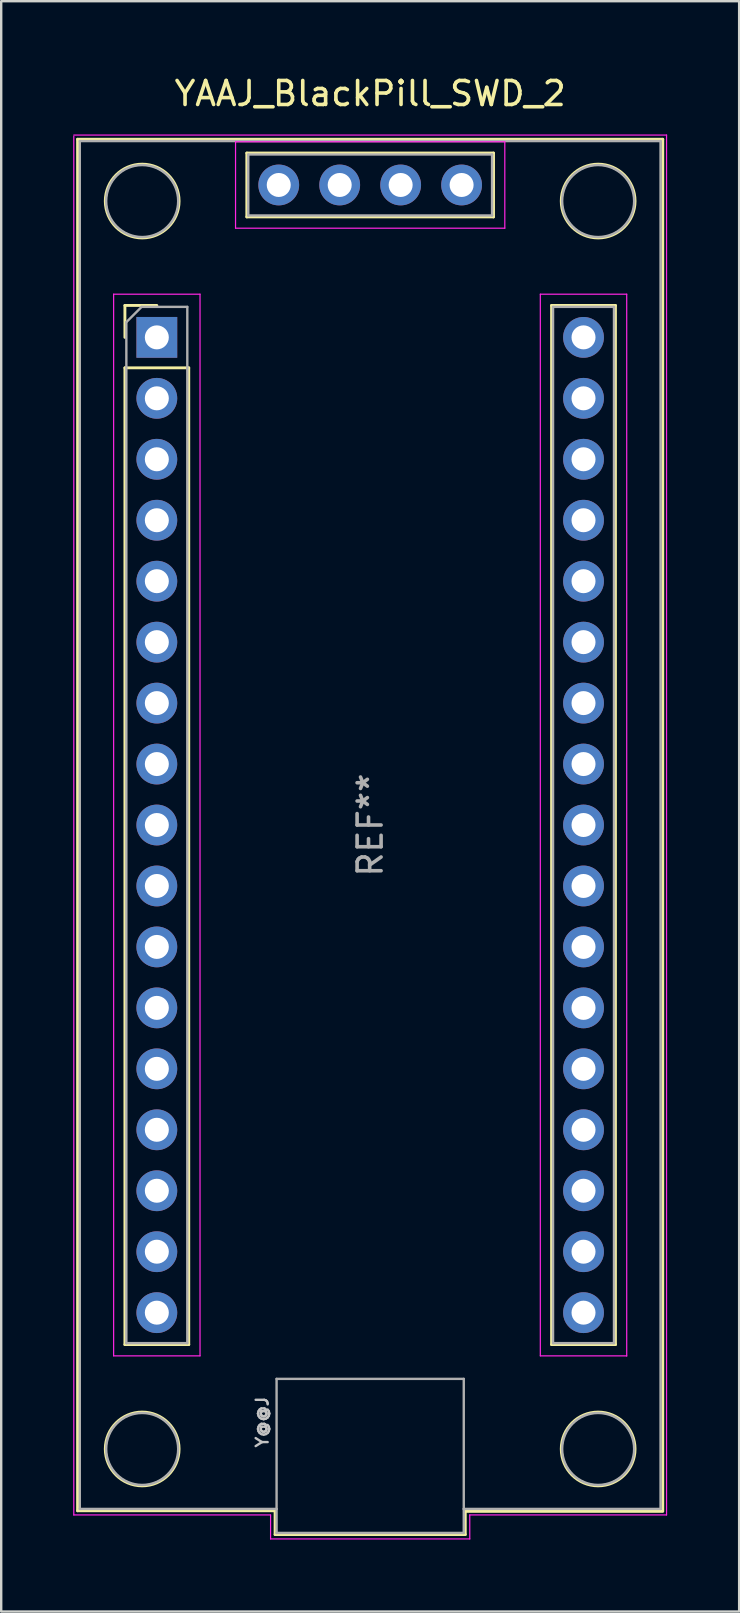
<source format=kicad_pcb>
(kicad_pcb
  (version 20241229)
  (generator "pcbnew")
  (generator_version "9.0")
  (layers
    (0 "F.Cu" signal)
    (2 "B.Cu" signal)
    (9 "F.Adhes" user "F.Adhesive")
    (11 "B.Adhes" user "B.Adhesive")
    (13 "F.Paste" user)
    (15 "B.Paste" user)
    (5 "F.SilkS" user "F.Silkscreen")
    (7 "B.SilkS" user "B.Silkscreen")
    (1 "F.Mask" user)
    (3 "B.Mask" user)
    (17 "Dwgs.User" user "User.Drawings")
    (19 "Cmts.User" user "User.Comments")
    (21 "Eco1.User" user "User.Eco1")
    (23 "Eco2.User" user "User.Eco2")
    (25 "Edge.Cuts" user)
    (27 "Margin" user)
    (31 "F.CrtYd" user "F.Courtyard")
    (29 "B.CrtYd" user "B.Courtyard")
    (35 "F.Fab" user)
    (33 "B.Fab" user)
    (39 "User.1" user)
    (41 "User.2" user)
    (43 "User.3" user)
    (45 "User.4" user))
  (footprint "YAAJ_BlackPill_SWD_2"
    (layer "F.Cu")
    (at 3.485 11.008)
    (property "Reference" "YAAJ_BlackPill_SWD_2" (at 8.89 -10.16 0) (layer "F.SilkS") (effects (font (size 1 1) (thickness 0.15))))
    (attr through_hole)
    (fp_line (start -3.302 -8.255) (end 21.082 -8.255) (stroke (width 0.12) (type solid)) (layer "F.SilkS"))
    (fp_line (start -3.302 48.895) (end -3.302 -8.255) (stroke (width 0.12) (type solid)) (layer "F.SilkS"))
    (fp_line (start -3.302 48.895) (end 4.928 48.895) (stroke (width 0.12) (type solid)) (layer "F.SilkS"))
    (fp_line (start -1.33 -1.33) (end -1.33 0) (stroke (width 0.12) (type solid)) (layer "F.SilkS"))
    (fp_line (start -1.33 -1.33) (end 0 -1.33) (stroke (width 0.12) (type solid)) (layer "F.SilkS"))
    (fp_line (start -1.33 1.27) (end -1.33 41.97) (stroke (width 0.12) (type solid)) (layer "F.SilkS"))
    (fp_line (start -1.33 1.27) (end 1.33 1.27) (stroke (width 0.12) (type solid)) (layer "F.SilkS"))
    (fp_line (start 1.33 1.27) (end 1.33 41.97) (stroke (width 0.12) (type solid)) (layer "F.SilkS"))
    (fp_line (start 1.33 41.97) (end -1.33 41.97) (stroke (width 0.12) (type solid)) (layer "F.SilkS"))
    (fp_line (start 3.75 -7.68) (end 3.75 -5.02) (stroke (width 0.12) (type solid)) (layer "F.SilkS"))
    (fp_line (start 3.75 -5.02) (end 14.03 -5.02) (stroke (width 0.12) (type solid)) (layer "F.SilkS"))
    (fp_line (start 4.928 48.895) (end 4.928 49.886) (stroke (width 0.12) (type solid)) (layer "F.SilkS"))
    (fp_line (start 4.928 49.886) (end 12.852 49.886) (stroke (width 0.12) (type solid)) (layer "F.SilkS"))
    (fp_line (start 12.852 48.92) (end 21.082 48.92) (stroke (width 0.12) (type solid)) (layer "F.SilkS"))
    (fp_line (start 12.852 49.886) (end 12.852 48.92) (stroke (width 0.12) (type solid)) (layer "F.SilkS"))
    (fp_line (start 14.03 -7.68) (end 3.75 -7.68) (stroke (width 0.12) (type solid)) (layer "F.SilkS"))
    (fp_line (start 14.03 -5.02) (end 14.03 -7.68) (stroke (width 0.12) (type solid)) (layer "F.SilkS"))
    (fp_line (start 16.45 -1.33) (end 16.45 41.97) (stroke (width 0.12) (type solid)) (layer "F.SilkS"))
    (fp_line (start 16.45 -1.33) (end 19.11 -1.33) (stroke (width 0.12) (type solid)) (layer "F.SilkS"))
    (fp_line (start 16.45 41.97) (end 19.11 41.97) (stroke (width 0.12) (type solid)) (layer "F.SilkS"))
    (fp_line (start 19.11 -1.33) (end 19.11 41.97) (stroke (width 0.12) (type solid)) (layer "F.SilkS"))
    (fp_line (start 21.082 -8.255) (end 21.082 48.895) (stroke (width 0.12) (type solid)) (layer "F.SilkS"))
    (fp_circle (center -0.61 -5.68) (end 0.927 -5.68) (stroke (width 0.12) (type solid)) (fill no) (layer "F.SilkS"))
    (fp_circle (center -0.61 46.32) (end 0.927 46.32) (stroke (width 0.12) (type solid)) (fill no) (layer "F.SilkS"))
    (fp_circle (center 18.39 -5.68) (end 19.927 -5.68) (stroke (width 0.12) (type solid)) (fill no) (layer "F.SilkS"))
    (fp_circle (center 18.39 46.32) (end 19.927 46.32) (stroke (width 0.12) (type solid)) (fill no) (layer "F.SilkS"))
    (fp_line (start -3.46 -8.43) (end 21.24 -8.43) (stroke (width 0.05) (type solid)) (layer "F.CrtYd"))
    (fp_line (start -3.46 49.07) (end -3.46 -8.382) (stroke (width 0.05) (type solid)) (layer "F.CrtYd"))
    (fp_line (start -1.8 -1.8) (end 1.8 -1.8) (stroke (width 0.05) (type solid)) (layer "F.CrtYd"))
    (fp_line (start -1.8 42.44) (end -1.8 -1.8) (stroke (width 0.05) (type solid)) (layer "F.CrtYd"))
    (fp_line (start 1.8 -1.8) (end 1.8 42.44) (stroke (width 0.05) (type solid)) (layer "F.CrtYd"))
    (fp_line (start 1.8 42.44) (end -1.8 42.44) (stroke (width 0.05) (type solid)) (layer "F.CrtYd"))
    (fp_line (start 3.28 -8.15) (end 14.5 -8.15) (stroke (width 0.05) (type solid)) (layer "F.CrtYd"))
    (fp_line (start 3.28 -4.55) (end 3.28 -8.15) (stroke (width 0.05) (type solid)) (layer "F.CrtYd"))
    (fp_line (start 4.74 49.07) (end -3.46 49.07) (stroke (width 0.05) (type solid)) (layer "F.CrtYd"))
    (fp_line (start 4.74 50.07) (end 4.74 49.07) (stroke (width 0.05) (type solid)) (layer "F.CrtYd"))
    (fp_line (start 13.04 49.07) (end 13.04 50.07) (stroke (width 0.05) (type solid)) (layer "F.CrtYd"))
    (fp_line (start 13.04 50.07) (end 4.74 50.07) (stroke (width 0.05) (type solid)) (layer "F.CrtYd"))
    (fp_line (start 14.5 -8.15) (end 14.5 -4.55) (stroke (width 0.05) (type solid)) (layer "F.CrtYd"))
    (fp_line (start 14.5 -4.55) (end 3.28 -4.55) (stroke (width 0.05) (type solid)) (layer "F.CrtYd"))
    (fp_line (start 15.98 -1.8) (end 19.58 -1.8) (stroke (width 0.05) (type solid)) (layer "F.CrtYd"))
    (fp_line (start 15.98 42.44) (end 15.98 -1.8) (stroke (width 0.05) (type solid)) (layer "F.CrtYd"))
    (fp_line (start 19.58 -1.8) (end 19.58 42.45) (stroke (width 0.05) (type solid)) (layer "F.CrtYd"))
    (fp_line (start 19.58 42.44) (end 15.98 42.44) (stroke (width 0.05) (type solid)) (layer "F.CrtYd"))
    (fp_line (start 21.24 -8.43) (end 21.24 49.07) (stroke (width 0.05) (type solid)) (layer "F.CrtYd"))
    (fp_line (start 21.24 49.07) (end 13.04 49.07) (stroke (width 0.05) (type solid)) (layer "F.CrtYd"))
    (fp_line (start -3.21 -8.18) (end -3.21 48.82) (stroke (width 0.1) (type solid)) (layer "F.Fab"))
    (fp_line (start -3.21 -8.18) (end 20.99 -8.18) (stroke (width 0.1) (type solid)) (layer "F.Fab"))
    (fp_line (start -3.21 48.82) (end 4.99 48.82) (stroke (width 0.1) (type solid)) (layer "F.Fab"))
    (fp_line (start -1.27 41.91) (end -1.27 -0.635) (stroke (width 0.1) (type solid)) (layer "F.Fab"))
    (fp_line (start -1.27 41.91) (end 1.27 41.91) (stroke (width 0.1) (type solid)) (layer "F.Fab"))
    (fp_line (start -0.635 -1.27) (end -1.27 -0.635) (stroke (width 0.1) (type solid)) (layer "F.Fab"))
    (fp_line (start -0.635 -1.27) (end 1.27 -1.27) (stroke (width 0.1) (type solid)) (layer "F.Fab"))
    (fp_line (start 1.27 -1.27) (end 1.27 41.91) (stroke (width 0.1) (type solid)) (layer "F.Fab"))
    (fp_line (start 3.81 -7.62) (end 13.97 -7.62) (stroke (width 0.1) (type solid)) (layer "F.Fab"))
    (fp_line (start 3.81 -5.08) (end 3.81 -7.62) (stroke (width 0.1) (type solid)) (layer "F.Fab"))
    (fp_line (start 4.99 43.4) (end 4.99 48.82) (stroke (width 0.1) (type solid)) (layer "F.Fab"))
    (fp_line (start 4.99 48.82) (end 4.99 49.82) (stroke (width 0.1) (type solid)) (layer "F.Fab"))
    (fp_line (start 4.99 49.82) (end 12.79 49.82) (stroke (width 0.1) (type solid)) (layer "F.Fab"))
    (fp_line (start 12.79 43.4) (end 4.99 43.4) (stroke (width 0.1) (type solid)) (layer "F.Fab"))
    (fp_line (start 12.79 48.82) (end 12.79 43.4) (stroke (width 0.1) (type solid)) (layer "F.Fab"))
    (fp_line (start 12.79 48.82) (end 20.99 48.82) (stroke (width 0.1) (type solid)) (layer "F.Fab"))
    (fp_line (start 12.79 49.82) (end 12.79 48.82) (stroke (width 0.1) (type solid)) (layer "F.Fab"))
    (fp_line (start 13.97 -7.62) (end 13.97 -5.08) (stroke (width 0.1) (type solid)) (layer "F.Fab"))
    (fp_line (start 13.97 -5.08) (end 3.81 -5.08) (stroke (width 0.1) (type solid)) (layer "F.Fab"))
    (fp_line (start 16.51 -1.27) (end 19.05 -1.27) (stroke (width 0.1) (type solid)) (layer "F.Fab"))
    (fp_line (start 16.51 41.91) (end 16.51 -1.27) (stroke (width 0.1) (type solid)) (layer "F.Fab"))
    (fp_line (start 19.05 -1.27) (end 19.05 41.91) (stroke (width 0.1) (type solid)) (layer "F.Fab"))
    (fp_line (start 19.05 41.91) (end 16.51 41.91) (stroke (width 0.1) (type solid)) (layer "F.Fab"))
    (fp_line (start 20.99 48.82) (end 20.99 -8.18) (stroke (width 0.1) (type solid)) (layer "F.Fab"))
    (fp_circle (center -0.61 -5.68) (end 0.89 -5.68) (stroke (width 0.1) (type solid)) (fill no) (layer "F.Fab"))
    (fp_circle (center -0.61 46.32) (end 0.89 46.32) (stroke (width 0.1) (type solid)) (fill no) (layer "F.Fab"))
    (fp_circle (center 18.39 -5.68) (end 19.89 -5.68) (stroke (width 0.1) (type solid)) (fill no) (layer "F.Fab"))
    (fp_circle (center 18.39 46.32) (end 19.89 46.32) (stroke (width 0.1) (type solid)) (fill no) (layer "F.Fab"))
    (fp_text user "Y@@J" (at 4.392 45.2 270) (layer "Dwgs.User") (effects (font (size 0.5 0.5) (thickness 0.1))))
    (fp_text user "REF**" (at 8.89 20.32 90) (layer "F.Fab") (effects (font (size 1 1) (thickness 0.15))))
    (pad "1" thru_hole rect (at 0 0) (size 1.7 1.7) (drill 1) (layers "*.Cu" "*.Mask"))
    (pad "2" thru_hole circle (at 0 2.54) (size 1.7 1.7) (drill 1) (layers "*.Cu" "*.Mask"))
    (pad "3" thru_hole circle (at 0 5.08) (size 1.7 1.7) (drill 1) (layers "*.Cu" "*.Mask"))
    (pad "4" thru_hole circle (at 0 7.62) (size 1.7 1.7) (drill 1) (layers "*.Cu" "*.Mask"))
    (pad "5" thru_hole circle (at 0 10.16) (size 1.7 1.7) (drill 1) (layers "*.Cu" "*.Mask"))
    (pad "6" thru_hole circle (at 0 12.7) (size 1.7 1.7) (drill 1) (layers "*.Cu" "*.Mask"))
    (pad "7" thru_hole circle (at 0 15.24) (size 1.7 1.7) (drill 1) (layers "*.Cu" "*.Mask"))
    (pad "8" thru_hole circle (at 0 17.78) (size 1.7 1.7) (drill 1) (layers "*.Cu" "*.Mask"))
    (pad "9" thru_hole circle (at 0 20.32) (size 1.7 1.7) (drill 1) (layers "*.Cu" "*.Mask"))
    (pad "10" thru_hole circle (at 0 22.86) (size 1.7 1.7) (drill 1) (layers "*.Cu" "*.Mask"))
    (pad "11" thru_hole circle (at 0 25.4) (size 1.7 1.7) (drill 1) (layers "*.Cu" "*.Mask"))
    (pad "12" thru_hole circle (at 0 27.94) (size 1.7 1.7) (drill 1) (layers "*.Cu" "*.Mask"))
    (pad "13" thru_hole circle (at 0 30.48) (size 1.7 1.7) (drill 1) (layers "*.Cu" "*.Mask"))
    (pad "14" thru_hole circle (at 0 33.02) (size 1.7 1.7) (drill 1) (layers "*.Cu" "*.Mask"))
    (pad "15" thru_hole circle (at 0 35.56) (size 1.7 1.7) (drill 1) (layers "*.Cu" "*.Mask"))
    (pad "16" thru_hole circle (at 0 38.1) (size 1.7 1.7) (drill 1) (layers "*.Cu" "*.Mask"))
    (pad "17" thru_hole circle (at 0 40.64) (size 1.7 1.7) (drill 1) (layers "*.Cu" "*.Mask"))
    (pad "18" thru_hole circle (at 17.78 40.64) (size 1.7 1.7) (drill 1) (layers "*.Cu" "*.Mask"))
    (pad "19" thru_hole circle (at 17.78 38.1) (size 1.7 1.7) (drill 1) (layers "*.Cu" "*.Mask"))
    (pad "20" thru_hole circle (at 17.78 35.56) (size 1.7 1.7) (drill 1) (layers "*.Cu" "*.Mask"))
    (pad "21" thru_hole circle (at 17.78 33.02) (size 1.7 1.7) (drill 1) (layers "*.Cu" "*.Mask"))
    (pad "22" thru_hole circle (at 17.78 30.48) (size 1.7 1.7) (drill 1) (layers "*.Cu" "*.Mask"))
    (pad "23" thru_hole circle (at 17.78 27.94) (size 1.7 1.7) (drill 1) (layers "*.Cu" "*.Mask"))
    (pad "24" thru_hole circle (at 17.78 25.4) (size 1.7 1.7) (drill 1) (layers "*.Cu" "*.Mask"))
    (pad "25" thru_hole circle (at 17.78 22.86) (size 1.7 1.7) (drill 1) (layers "*.Cu" "*.Mask"))
    (pad "26" thru_hole circle (at 17.78 20.32) (size 1.7 1.7) (drill 1) (layers "*.Cu" "*.Mask"))
    (pad "27" thru_hole circle (at 17.78 17.78) (size 1.7 1.7) (drill 1) (layers "*.Cu" "*.Mask"))
    (pad "28" thru_hole circle (at 17.78 15.24) (size 1.7 1.7) (drill 1) (layers "*.Cu" "*.Mask"))
    (pad "29" thru_hole circle (at 17.78 12.7) (size 1.7 1.7) (drill 1) (layers "*.Cu" "*.Mask"))
    (pad "30" thru_hole circle (at 17.78 10.16) (size 1.7 1.7) (drill 1) (layers "*.Cu" "*.Mask"))
    (pad "31" thru_hole circle (at 17.78 7.62) (size 1.7 1.7) (drill 1) (layers "*.Cu" "*.Mask"))
    (pad "32" thru_hole circle (at 17.78 5.08) (size 1.7 1.7) (drill 1) (layers "*.Cu" "*.Mask"))
    (pad "33" thru_hole circle (at 17.78 2.54) (size 1.7 1.7) (drill 1) (layers "*.Cu" "*.Mask"))
    (pad "34" thru_hole circle (at 17.78 0) (size 1.7 1.7) (drill 1) (layers "*.Cu" "*.Mask"))
    (pad "35" thru_hole circle (at 12.7 -6.35) (size 1.7 1.7) (drill 1) (layers "*.Cu" "*.Mask"))
    (pad "36" thru_hole circle (at 10.16 -6.35) (size 1.7 1.7) (drill 1) (layers "*.Cu" "*.Mask"))
    (pad "37" thru_hole circle (at 7.62 -6.35) (size 1.7 1.7) (drill 1) (layers "*.Cu" "*.Mask"))
    (pad "38" thru_hole circle (at 5.08 -6.35) (size 1.7 1.7) (drill 1) (layers "*.Cu" "*.Mask")))
  (gr_rect
    (start -3 -3)
    (end 27.75 64.103)
    (stroke (width 0.1) (type default))
    (fill no)
    (layer "Edge.Cuts")))
</source>
